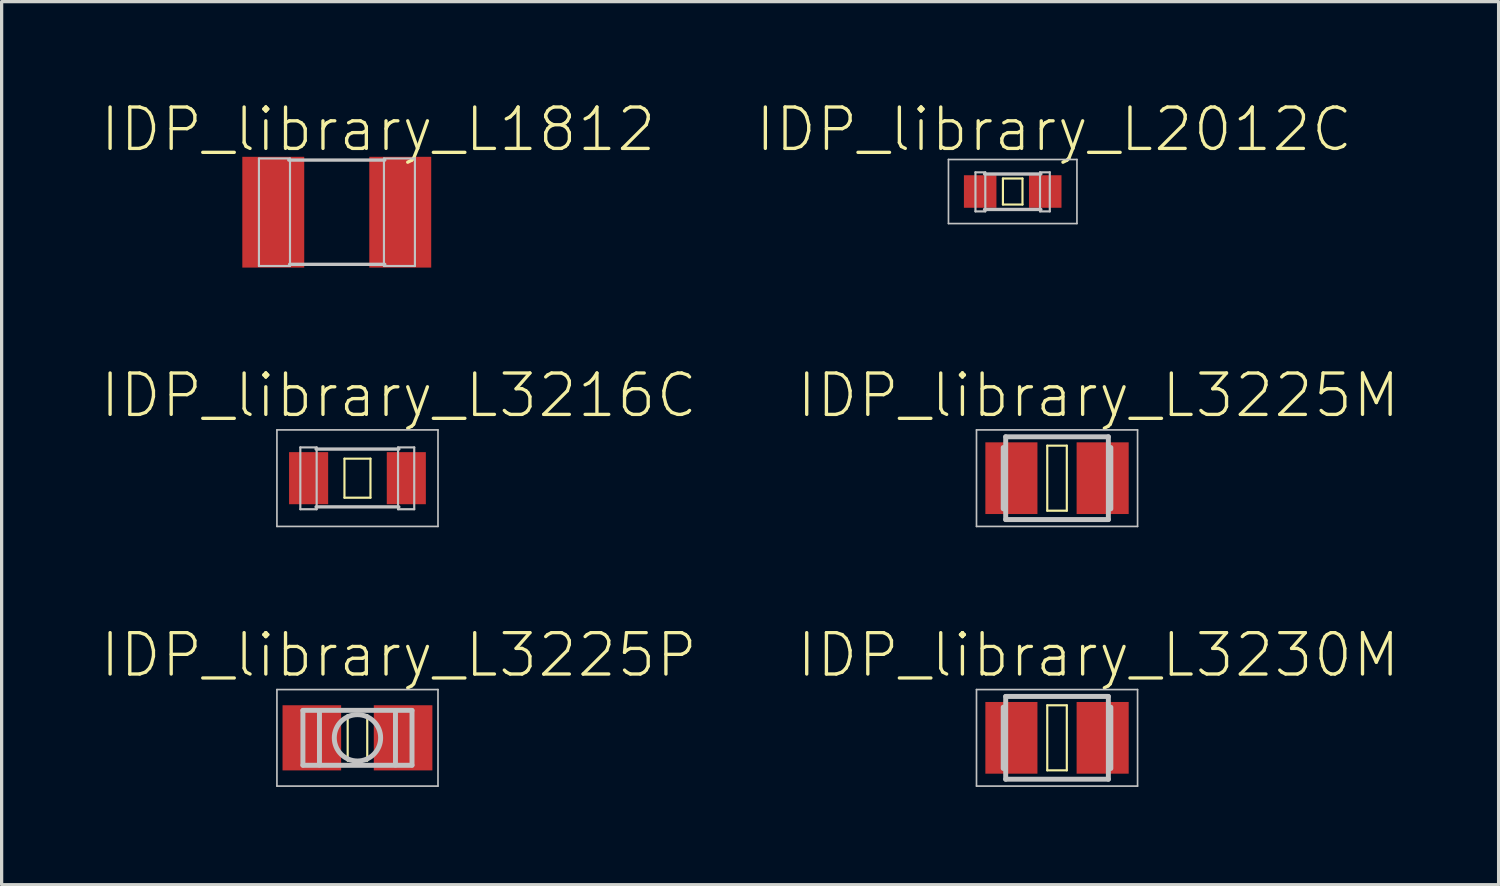
<source format=kicad_pcb>
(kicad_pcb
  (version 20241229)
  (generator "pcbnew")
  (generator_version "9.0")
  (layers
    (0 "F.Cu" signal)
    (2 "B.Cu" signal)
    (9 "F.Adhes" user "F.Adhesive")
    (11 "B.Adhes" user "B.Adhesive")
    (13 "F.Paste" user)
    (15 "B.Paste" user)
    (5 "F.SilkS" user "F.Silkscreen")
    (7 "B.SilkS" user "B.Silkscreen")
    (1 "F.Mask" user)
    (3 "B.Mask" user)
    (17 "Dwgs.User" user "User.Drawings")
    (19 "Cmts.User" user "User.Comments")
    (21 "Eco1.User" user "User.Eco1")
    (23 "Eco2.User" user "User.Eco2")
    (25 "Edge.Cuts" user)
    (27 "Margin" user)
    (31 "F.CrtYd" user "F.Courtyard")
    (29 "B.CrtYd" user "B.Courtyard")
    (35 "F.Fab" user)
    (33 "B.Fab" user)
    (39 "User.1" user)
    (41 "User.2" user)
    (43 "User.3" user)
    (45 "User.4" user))
  (footprint "IDP_library_L2012C"
    (layer "F.Cu")
    (at 28.023 2.826)
    (property "Reference" "IDP_library_L2012C" (at 1.27 -1.905 0) (layer "F.SilkS") (effects (font (size 1.27 1.27) (thickness 0.102))))
    (attr smd)
    (fp_line (start -0.3 -0.399) (end 0.3 -0.399) (stroke (width 0.066) (type solid)) (layer "F.SilkS"))
    (fp_line (start -0.3 0.399) (end -0.3 -0.399) (stroke (width 0.066) (type solid)) (layer "F.SilkS"))
    (fp_line (start -0.3 0.399) (end 0.3 0.399) (stroke (width 0.066) (type solid)) (layer "F.SilkS"))
    (fp_line (start 0.3 0.399) (end 0.3 -0.399) (stroke (width 0.066) (type solid)) (layer "F.SilkS"))
    (fp_line (start -1.971 -0.983) (end 1.971 -0.983) (stroke (width 0.051) (type solid)) (layer "Dwgs.User"))
    (fp_line (start -1.971 0.983) (end -1.971 -0.983) (stroke (width 0.051) (type solid)) (layer "Dwgs.User"))
    (fp_line (start -1.143 -0.589) (end -0.841 -0.589) (stroke (width 0.066) (type solid)) (layer "Dwgs.User"))
    (fp_line (start -1.143 0.61) (end -1.143 -0.589) (stroke (width 0.066) (type solid)) (layer "Dwgs.User"))
    (fp_line (start -1.143 0.61) (end -0.841 0.61) (stroke (width 0.066) (type solid)) (layer "Dwgs.User"))
    (fp_line (start -0.864 -0.538) (end 0.864 -0.538) (stroke (width 0.102) (type solid)) (layer "Dwgs.User"))
    (fp_line (start -0.864 0.551) (end 0.864 0.551) (stroke (width 0.102) (type solid)) (layer "Dwgs.User"))
    (fp_line (start -0.841 0.61) (end -0.841 -0.589) (stroke (width 0.066) (type solid)) (layer "Dwgs.User"))
    (fp_line (start 0.838 -0.589) (end 1.138 -0.589) (stroke (width 0.066) (type solid)) (layer "Dwgs.User"))
    (fp_line (start 0.838 0.61) (end 0.838 -0.589) (stroke (width 0.066) (type solid)) (layer "Dwgs.User"))
    (fp_line (start 0.838 0.61) (end 1.138 0.61) (stroke (width 0.066) (type solid)) (layer "Dwgs.User"))
    (fp_line (start 1.138 0.61) (end 1.138 -0.589) (stroke (width 0.066) (type solid)) (layer "Dwgs.User"))
    (fp_line (start 1.971 -0.983) (end 1.971 0.983) (stroke (width 0.051) (type solid)) (layer "Dwgs.User"))
    (fp_line (start 1.971 0.983) (end -1.971 0.983) (stroke (width 0.051) (type solid)) (layer "Dwgs.User"))
    (pad "1" smd rect (at -0.998 0) (size 0.998 0.998) (layers "F.Cu" "F.Mask" "F.Paste"))
    (pad "2" smd rect (at 0.998 0) (size 0.998 0.998) (layers "F.Cu" "F.Mask" "F.Paste")))
  (footprint "IDP_library_L3225P"
    (layer "F.Cu")
    (at 7.918 19.589)
    (property "Reference" "IDP_library_L3225P" (at 1.27 -2.54 0) (layer "F.SilkS") (effects (font (size 1.27 1.27) (thickness 0.102))))
    (attr smd)
    (fp_line (start -0.3 -0.699) (end 0.3 -0.699) (stroke (width 0.066) (type solid)) (layer "F.SilkS"))
    (fp_line (start -0.3 0.699) (end -0.3 -0.699) (stroke (width 0.066) (type solid)) (layer "F.SilkS"))
    (fp_line (start -0.3 0.699) (end 0.3 0.699) (stroke (width 0.066) (type solid)) (layer "F.SilkS"))
    (fp_line (start 0.3 0.699) (end 0.3 -0.699) (stroke (width 0.066) (type solid)) (layer "F.SilkS"))
    (fp_line (start -2.471 -1.481) (end 2.471 -1.481) (stroke (width 0.051) (type solid)) (layer "Dwgs.User"))
    (fp_line (start -2.471 1.481) (end -2.471 -1.481) (stroke (width 0.051) (type solid)) (layer "Dwgs.User"))
    (fp_line (start -1.674 -0.843) (end 1.674 -0.843) (stroke (width 0.152) (type solid)) (layer "Dwgs.User"))
    (fp_line (start -1.674 -0.836) (end -1.674 0.836) (stroke (width 0.152) (type solid)) (layer "Dwgs.User"))
    (fp_line (start -1.166 -0.836) (end -1.166 0.836) (stroke (width 0.152) (type solid)) (layer "Dwgs.User"))
    (fp_line (start 1.166 -0.836) (end 1.166 0.836) (stroke (width 0.152) (type solid)) (layer "Dwgs.User"))
    (fp_line (start 1.674 -0.836) (end 1.674 0.836) (stroke (width 0.152) (type solid)) (layer "Dwgs.User"))
    (fp_line (start 1.674 0.843) (end -1.674 0.843) (stroke (width 0.152) (type solid)) (layer "Dwgs.User"))
    (fp_line (start 2.471 -1.481) (end 2.471 1.481) (stroke (width 0.051) (type solid)) (layer "Dwgs.User"))
    (fp_line (start 2.471 1.481) (end -2.471 1.481) (stroke (width 0.051) (type solid)) (layer "Dwgs.User"))
    (fp_circle (center 0 0) (end 0 -0.711) (stroke (width 0.152) (type solid)) (fill no) (layer "Dwgs.User"))
    (pad "1" smd rect (at -1.4 0) (size 1.798 1.999) (layers "F.Cu" "F.Mask" "F.Paste"))
    (pad "2" smd rect (at 1.4 0) (size 1.798 1.999) (layers "F.Cu" "F.Mask" "F.Paste")))
  (footprint "IDP_library_L3230M"
    (layer "F.Cu")
    (at 29.383 19.589)
    (property "Reference" "IDP_library_L3230M" (at 1.27 -2.54 0) (layer "F.SilkS") (effects (font (size 1.27 1.27) (thickness 0.102))))
    (attr smd)
    (fp_line (start -0.3 -0.998) (end 0.3 -0.998) (stroke (width 0.066) (type solid)) (layer "F.SilkS"))
    (fp_line (start -0.3 0.998) (end -0.3 -0.998) (stroke (width 0.066) (type solid)) (layer "F.SilkS"))
    (fp_line (start -0.3 0.998) (end 0.3 0.998) (stroke (width 0.066) (type solid)) (layer "F.SilkS"))
    (fp_line (start 0.3 0.998) (end 0.3 -0.998) (stroke (width 0.066) (type solid)) (layer "F.SilkS"))
    (fp_line (start -2.471 -1.481) (end 2.471 -1.481) (stroke (width 0.051) (type solid)) (layer "Dwgs.User"))
    (fp_line (start -2.471 1.481) (end -2.471 -1.481) (stroke (width 0.051) (type solid)) (layer "Dwgs.User"))
    (fp_line (start -1.651 -0.94) (end -1.651 0.94) (stroke (width 0.152) (type solid)) (layer "Dwgs.User"))
    (fp_line (start -1.575 -1.27) (end 1.575 -1.27) (stroke (width 0.152) (type solid)) (layer "Dwgs.User"))
    (fp_line (start -1.575 1.27) (end -1.575 -1.27) (stroke (width 0.152) (type solid)) (layer "Dwgs.User"))
    (fp_line (start 1.575 -1.27) (end 1.575 1.27) (stroke (width 0.152) (type solid)) (layer "Dwgs.User"))
    (fp_line (start 1.575 1.27) (end -1.575 1.27) (stroke (width 0.152) (type solid)) (layer "Dwgs.User"))
    (fp_line (start 1.651 -0.94) (end 1.651 0.94) (stroke (width 0.152) (type solid)) (layer "Dwgs.User"))
    (fp_line (start 2.471 -1.481) (end 2.471 1.481) (stroke (width 0.051) (type solid)) (layer "Dwgs.User"))
    (fp_line (start 2.471 1.481) (end -2.471 1.481) (stroke (width 0.051) (type solid)) (layer "Dwgs.User"))
    (pad "1" smd rect (at -1.4 0) (size 1.598 2.2) (layers "F.Cu" "F.Mask" "F.Paste"))
    (pad "2" smd rect (at 1.4 0) (size 1.598 2.2) (layers "F.Cu" "F.Mask" "F.Paste")))
  (footprint "IDP_library_L1812"
    (layer "F.Cu")
    (at 7.283 3.461)
    (property "Reference" "IDP_library_L1812" (at 1.27 -2.54 0) (layer "F.SilkS") (effects (font (size 1.27 1.27) (thickness 0.102))))
    (attr smd)
    (fp_line (start -2.388 -1.648) (end -1.435 -1.648) (stroke (width 0.066) (type solid)) (layer "Dwgs.User"))
    (fp_line (start -2.388 1.651) (end -2.388 -1.648) (stroke (width 0.066) (type solid)) (layer "Dwgs.User"))
    (fp_line (start -2.388 1.651) (end -1.435 1.651) (stroke (width 0.066) (type solid)) (layer "Dwgs.User"))
    (fp_line (start -1.473 -1.6) (end 1.473 -1.6) (stroke (width 0.102) (type solid)) (layer "Dwgs.User"))
    (fp_line (start -1.448 1.6) (end 1.473 1.6) (stroke (width 0.102) (type solid)) (layer "Dwgs.User"))
    (fp_line (start -1.435 1.651) (end -1.435 -1.648) (stroke (width 0.066) (type solid)) (layer "Dwgs.User"))
    (fp_line (start 1.448 -1.648) (end 2.398 -1.648) (stroke (width 0.066) (type solid)) (layer "Dwgs.User"))
    (fp_line (start 1.448 1.651) (end 1.448 -1.648) (stroke (width 0.066) (type solid)) (layer "Dwgs.User"))
    (fp_line (start 1.448 1.651) (end 2.398 1.651) (stroke (width 0.066) (type solid)) (layer "Dwgs.User"))
    (fp_line (start 2.398 1.651) (end 2.398 -1.648) (stroke (width 0.066) (type solid)) (layer "Dwgs.User"))
    (pad "1" smd rect (at -1.948 0) (size 1.9 3.399) (layers "F.Cu" "F.Mask" "F.Paste"))
    (pad "2" smd rect (at 1.948 0) (size 1.9 3.399) (layers "F.Cu" "F.Mask" "F.Paste")))
  (footprint "IDP_library_L3225M"
    (layer "F.Cu")
    (at 29.383 11.622)
    (property "Reference" "IDP_library_L3225M" (at 1.27 -2.54 0) (layer "F.SilkS") (effects (font (size 1.27 1.27) (thickness 0.102))))
    (attr smd)
    (fp_line (start -0.3 -0.998) (end 0.3 -0.998) (stroke (width 0.066) (type solid)) (layer "F.SilkS"))
    (fp_line (start -0.3 0.998) (end -0.3 -0.998) (stroke (width 0.066) (type solid)) (layer "F.SilkS"))
    (fp_line (start -0.3 0.998) (end 0.3 0.998) (stroke (width 0.066) (type solid)) (layer "F.SilkS"))
    (fp_line (start 0.3 0.998) (end 0.3 -0.998) (stroke (width 0.066) (type solid)) (layer "F.SilkS"))
    (fp_line (start -2.471 -1.481) (end 2.471 -1.481) (stroke (width 0.051) (type solid)) (layer "Dwgs.User"))
    (fp_line (start -2.471 1.481) (end -2.471 -1.481) (stroke (width 0.051) (type solid)) (layer "Dwgs.User"))
    (fp_line (start -1.651 -0.94) (end -1.651 0.94) (stroke (width 0.152) (type solid)) (layer "Dwgs.User"))
    (fp_line (start -1.575 -1.27) (end 1.575 -1.27) (stroke (width 0.152) (type solid)) (layer "Dwgs.User"))
    (fp_line (start -1.575 1.27) (end -1.575 -1.27) (stroke (width 0.152) (type solid)) (layer "Dwgs.User"))
    (fp_line (start 1.575 -1.27) (end 1.575 1.27) (stroke (width 0.152) (type solid)) (layer "Dwgs.User"))
    (fp_line (start 1.575 1.27) (end -1.575 1.27) (stroke (width 0.152) (type solid)) (layer "Dwgs.User"))
    (fp_line (start 1.651 -0.94) (end 1.651 0.94) (stroke (width 0.152) (type solid)) (layer "Dwgs.User"))
    (fp_line (start 2.471 -1.481) (end 2.471 1.481) (stroke (width 0.051) (type solid)) (layer "Dwgs.User"))
    (fp_line (start 2.471 1.481) (end -2.471 1.481) (stroke (width 0.051) (type solid)) (layer "Dwgs.User"))
    (pad "1" smd rect (at -1.4 0) (size 1.598 2.2) (layers "F.Cu" "F.Mask" "F.Paste"))
    (pad "2" smd rect (at 1.4 0) (size 1.598 2.2) (layers "F.Cu" "F.Mask" "F.Paste")))
  (footprint "IDP_library_L3216C"
    (layer "F.Cu")
    (at 7.918 11.622)
    (property "Reference" "IDP_library_L3216C" (at 1.27 -2.54 0) (layer "F.SilkS") (effects (font (size 1.27 1.27) (thickness 0.102))))
    (attr smd)
    (fp_line (start -0.399 -0.599) (end 0.399 -0.599) (stroke (width 0.066) (type solid)) (layer "F.SilkS"))
    (fp_line (start -0.399 0.599) (end -0.399 -0.599) (stroke (width 0.066) (type solid)) (layer "F.SilkS"))
    (fp_line (start -0.399 0.599) (end 0.399 0.599) (stroke (width 0.066) (type solid)) (layer "F.SilkS"))
    (fp_line (start 0.399 0.599) (end 0.399 -0.599) (stroke (width 0.066) (type solid)) (layer "F.SilkS"))
    (fp_line (start -2.471 -1.481) (end 2.471 -1.481) (stroke (width 0.051) (type solid)) (layer "Dwgs.User"))
    (fp_line (start -2.471 1.481) (end -2.471 -1.481) (stroke (width 0.051) (type solid)) (layer "Dwgs.User"))
    (fp_line (start -1.753 -0.945) (end -1.252 -0.945) (stroke (width 0.066) (type solid)) (layer "Dwgs.User"))
    (fp_line (start -1.753 0.953) (end -1.753 -0.945) (stroke (width 0.066) (type solid)) (layer "Dwgs.User"))
    (fp_line (start -1.753 0.953) (end -1.252 0.953) (stroke (width 0.066) (type solid)) (layer "Dwgs.User"))
    (fp_line (start -1.27 -0.894) (end 1.27 -0.894) (stroke (width 0.102) (type solid)) (layer "Dwgs.User"))
    (fp_line (start -1.27 0.881) (end 1.27 0.881) (stroke (width 0.102) (type solid)) (layer "Dwgs.User"))
    (fp_line (start -1.252 0.953) (end -1.252 -0.945) (stroke (width 0.066) (type solid)) (layer "Dwgs.User"))
    (fp_line (start 1.245 -0.945) (end 1.742 -0.945) (stroke (width 0.066) (type solid)) (layer "Dwgs.User"))
    (fp_line (start 1.245 0.953) (end 1.245 -0.945) (stroke (width 0.066) (type solid)) (layer "Dwgs.User"))
    (fp_line (start 1.245 0.953) (end 1.742 0.953) (stroke (width 0.066) (type solid)) (layer "Dwgs.User"))
    (fp_line (start 1.742 0.953) (end 1.742 -0.945) (stroke (width 0.066) (type solid)) (layer "Dwgs.User"))
    (fp_line (start 2.471 -1.481) (end 2.471 1.481) (stroke (width 0.051) (type solid)) (layer "Dwgs.User"))
    (fp_line (start 2.471 1.481) (end -2.471 1.481) (stroke (width 0.051) (type solid)) (layer "Dwgs.User"))
    (pad "1" smd rect (at -1.499 0) (size 1.199 1.598) (layers "F.Cu" "F.Mask" "F.Paste"))
    (pad "2" smd rect (at 1.499 0) (size 1.199 1.598) (layers "F.Cu" "F.Mask" "F.Paste")))
  (gr_rect
    (start -3 -3)
    (end 42.932 24.095)
    (stroke (width 0.1) (type default))
    (fill no)
    (layer "Edge.Cuts")))
</source>
